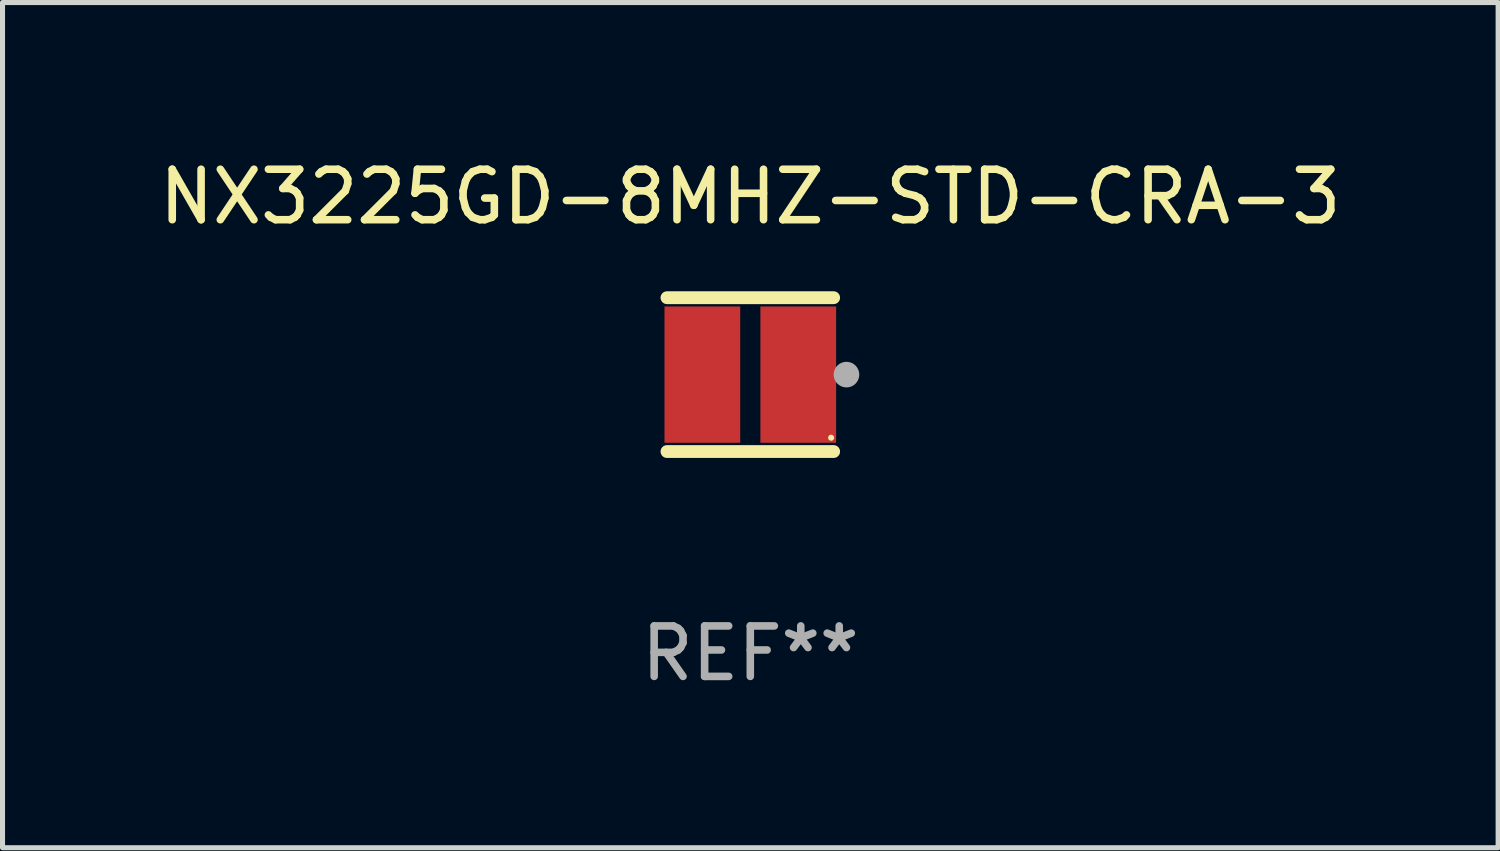
<source format=kicad_pcb>
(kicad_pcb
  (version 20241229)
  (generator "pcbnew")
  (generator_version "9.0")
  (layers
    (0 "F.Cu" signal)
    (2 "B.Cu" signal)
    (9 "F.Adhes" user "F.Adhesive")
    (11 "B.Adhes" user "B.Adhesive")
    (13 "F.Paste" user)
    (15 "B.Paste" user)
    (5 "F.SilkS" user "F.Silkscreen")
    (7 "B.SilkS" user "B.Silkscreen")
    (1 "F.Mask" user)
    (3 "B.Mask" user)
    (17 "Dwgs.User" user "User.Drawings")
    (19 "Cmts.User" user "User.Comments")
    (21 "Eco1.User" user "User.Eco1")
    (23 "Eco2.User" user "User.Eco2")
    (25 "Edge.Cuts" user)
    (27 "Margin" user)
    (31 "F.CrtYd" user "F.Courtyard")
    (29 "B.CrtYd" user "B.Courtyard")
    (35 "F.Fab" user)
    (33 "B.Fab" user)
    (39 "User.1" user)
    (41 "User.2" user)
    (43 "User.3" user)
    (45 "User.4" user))
  (footprint "NX3225GD-8MHZ-STD-CRA-3"
    (layer "F.Cu")
    (at 11.815 4.372)
    (property "Reference" "NX3225GD-8MHZ-STD-CRA-3" (at 0 -3.524 0) (layer "F.SilkS") (effects (font (size 1 1) (thickness 0.15))))
    (attr through_hole)
    (fp_line (start 1.651 -1.524) (end -1.651 -1.524) (stroke (width 0.254) (type solid)) (layer "F.SilkS"))
    (fp_line (start 1.651 1.524) (end -1.651 1.524) (stroke (width 0.254) (type solid)) (layer "F.SilkS"))
    (fp_circle (center 1.601 1.25) (end 1.631 1.25) (stroke (width 0.06) (type solid)) (fill no) (layer "F.SilkS"))
    (fp_circle (center 1.905 0) (end 2.032 0) (stroke (width 0.254) (type solid)) (fill no) (layer "F.Fab"))
    (fp_text user "REF**" (at 0 5.524 0) (layer "F.Fab") (effects (font (size 1 1) (thickness 0.15))))
    (pad "1" smd rect (at 0.95 0) (size 1.5 2.7) (layers "F.Cu" "F.Mask" "F.Paste"))
    (pad "2" smd rect (at -0.95 0) (size 1.5 2.7) (layers "F.Cu" "F.Mask" "F.Paste")))
  (gr_rect
    (start -3 -3)
    (end 26.631 13.745)
    (stroke (width 0.1) (type default))
    (fill no)
    (layer "Edge.Cuts")))
</source>
